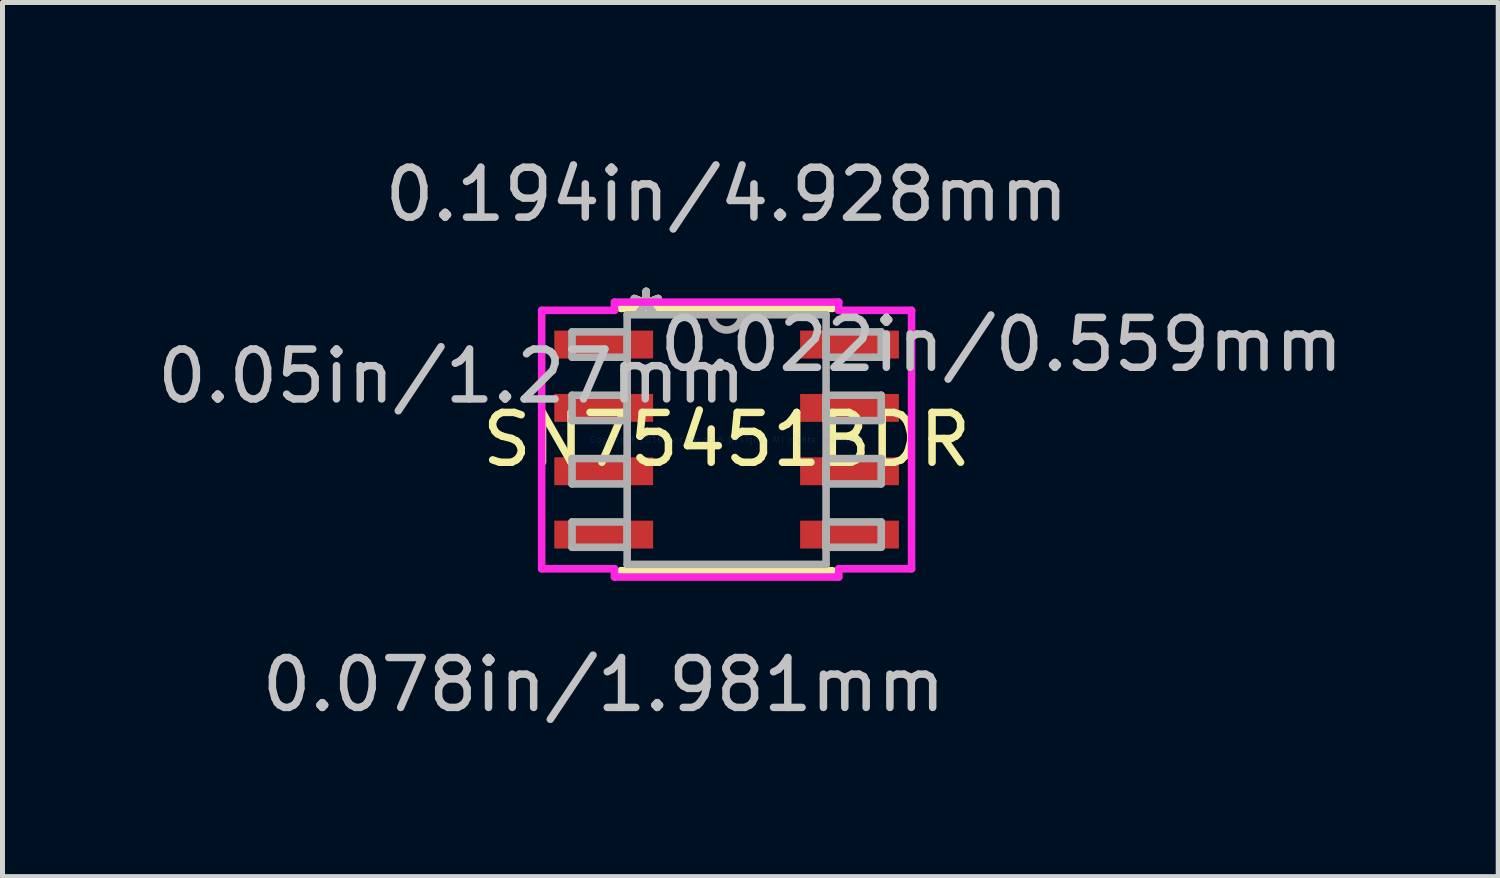
<source format=kicad_pcb>
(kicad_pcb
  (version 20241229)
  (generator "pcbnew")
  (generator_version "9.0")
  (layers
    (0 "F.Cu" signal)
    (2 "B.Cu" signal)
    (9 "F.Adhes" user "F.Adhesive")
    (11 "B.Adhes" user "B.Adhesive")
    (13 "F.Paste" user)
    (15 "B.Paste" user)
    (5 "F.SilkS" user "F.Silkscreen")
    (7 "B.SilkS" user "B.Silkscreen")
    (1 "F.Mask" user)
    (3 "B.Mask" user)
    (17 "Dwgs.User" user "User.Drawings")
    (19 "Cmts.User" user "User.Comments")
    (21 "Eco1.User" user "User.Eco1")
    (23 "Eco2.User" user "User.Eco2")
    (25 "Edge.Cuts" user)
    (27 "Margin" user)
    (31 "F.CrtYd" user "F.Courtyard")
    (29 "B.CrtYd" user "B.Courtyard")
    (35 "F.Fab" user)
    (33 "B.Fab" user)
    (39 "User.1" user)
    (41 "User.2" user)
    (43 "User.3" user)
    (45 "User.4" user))
  (footprint "SN75451BDR"
    (layer "F.Cu")
    (at 11.518 5.763)
    (property "Reference" "SN75451BDR" (at 0 0 0) (layer "F.SilkS") (effects (font (size 1 1) (thickness 0.15))))
    (attr through_hole)
    (fp_line (start -2.121 2.629) (end 2.121 2.629) (stroke (width 0.152) (type solid)) (layer "F.SilkS"))
    (fp_line (start 2.121 -2.629) (end -2.121 -2.629) (stroke (width 0.152) (type solid)) (layer "F.SilkS"))
    (fp_line (start -3.708 -2.591) (end -2.248 -2.591) (stroke (width 0.152) (type solid)) (layer "F.CrtYd"))
    (fp_line (start -3.708 2.591) (end -3.708 -2.591) (stroke (width 0.152) (type solid)) (layer "F.CrtYd"))
    (fp_line (start -2.248 -2.756) (end 2.248 -2.756) (stroke (width 0.152) (type solid)) (layer "F.CrtYd"))
    (fp_line (start -2.248 -2.591) (end -2.248 -2.756) (stroke (width 0.152) (type solid)) (layer "F.CrtYd"))
    (fp_line (start -2.248 2.591) (end -3.708 2.591) (stroke (width 0.152) (type solid)) (layer "F.CrtYd"))
    (fp_line (start -2.248 2.756) (end -2.248 2.591) (stroke (width 0.152) (type solid)) (layer "F.CrtYd"))
    (fp_line (start 2.248 -2.756) (end 2.248 -2.591) (stroke (width 0.152) (type solid)) (layer "F.CrtYd"))
    (fp_line (start 2.248 -2.591) (end 3.708 -2.591) (stroke (width 0.152) (type solid)) (layer "F.CrtYd"))
    (fp_line (start 2.248 2.591) (end 2.248 2.756) (stroke (width 0.152) (type solid)) (layer "F.CrtYd"))
    (fp_line (start 2.248 2.756) (end -2.248 2.756) (stroke (width 0.152) (type solid)) (layer "F.CrtYd"))
    (fp_line (start 3.708 -2.591) (end 3.708 2.591) (stroke (width 0.152) (type solid)) (layer "F.CrtYd"))
    (fp_line (start 3.708 2.591) (end 2.248 2.591) (stroke (width 0.152) (type solid)) (layer "F.CrtYd"))
    (fp_line (start -3.099 -2.159) (end -3.099 -1.651) (stroke (width 0.152) (type solid)) (layer "F.Fab"))
    (fp_line (start -3.099 -1.651) (end -1.994 -1.651) (stroke (width 0.152) (type solid)) (layer "F.Fab"))
    (fp_line (start -3.099 -0.889) (end -3.099 -0.381) (stroke (width 0.152) (type solid)) (layer "F.Fab"))
    (fp_line (start -3.099 -0.381) (end -1.994 -0.381) (stroke (width 0.152) (type solid)) (layer "F.Fab"))
    (fp_line (start -3.099 0.381) (end -3.099 0.889) (stroke (width 0.152) (type solid)) (layer "F.Fab"))
    (fp_line (start -3.099 0.889) (end -1.994 0.889) (stroke (width 0.152) (type solid)) (layer "F.Fab"))
    (fp_line (start -3.099 1.651) (end -3.099 2.159) (stroke (width 0.152) (type solid)) (layer "F.Fab"))
    (fp_line (start -3.099 2.159) (end -1.994 2.159) (stroke (width 0.152) (type solid)) (layer "F.Fab"))
    (fp_line (start -1.994 -2.502) (end -1.994 2.502) (stroke (width 0.152) (type solid)) (layer "F.Fab"))
    (fp_line (start -1.994 -2.159) (end -3.099 -2.159) (stroke (width 0.152) (type solid)) (layer "F.Fab"))
    (fp_line (start -1.994 -1.651) (end -1.994 -2.159) (stroke (width 0.152) (type solid)) (layer "F.Fab"))
    (fp_line (start -1.994 -0.889) (end -3.099 -0.889) (stroke (width 0.152) (type solid)) (layer "F.Fab"))
    (fp_line (start -1.994 -0.381) (end -1.994 -0.889) (stroke (width 0.152) (type solid)) (layer "F.Fab"))
    (fp_line (start -1.994 0.381) (end -3.099 0.381) (stroke (width 0.152) (type solid)) (layer "F.Fab"))
    (fp_line (start -1.994 0.889) (end -1.994 0.381) (stroke (width 0.152) (type solid)) (layer "F.Fab"))
    (fp_line (start -1.994 1.651) (end -3.099 1.651) (stroke (width 0.152) (type solid)) (layer "F.Fab"))
    (fp_line (start -1.994 2.159) (end -1.994 1.651) (stroke (width 0.152) (type solid)) (layer "F.Fab"))
    (fp_line (start -1.994 2.502) (end 1.994 2.502) (stroke (width 0.152) (type solid)) (layer "F.Fab"))
    (fp_line (start 1.994 -2.502) (end -1.994 -2.502) (stroke (width 0.152) (type solid)) (layer "F.Fab"))
    (fp_line (start 1.994 -2.159) (end 1.994 -1.651) (stroke (width 0.152) (type solid)) (layer "F.Fab"))
    (fp_line (start 1.994 -1.651) (end 3.099 -1.651) (stroke (width 0.152) (type solid)) (layer "F.Fab"))
    (fp_line (start 1.994 -0.889) (end 1.994 -0.381) (stroke (width 0.152) (type solid)) (layer "F.Fab"))
    (fp_line (start 1.994 -0.381) (end 3.099 -0.381) (stroke (width 0.152) (type solid)) (layer "F.Fab"))
    (fp_line (start 1.994 0.381) (end 1.994 0.889) (stroke (width 0.152) (type solid)) (layer "F.Fab"))
    (fp_line (start 1.994 0.889) (end 3.099 0.889) (stroke (width 0.152) (type solid)) (layer "F.Fab"))
    (fp_line (start 1.994 1.651) (end 1.994 2.159) (stroke (width 0.152) (type solid)) (layer "F.Fab"))
    (fp_line (start 1.994 2.159) (end 3.099 2.159) (stroke (width 0.152) (type solid)) (layer "F.Fab"))
    (fp_line (start 1.994 2.502) (end 1.994 -2.502) (stroke (width 0.152) (type solid)) (layer "F.Fab"))
    (fp_line (start 3.099 -2.159) (end 1.994 -2.159) (stroke (width 0.152) (type solid)) (layer "F.Fab"))
    (fp_line (start 3.099 -1.651) (end 3.099 -2.159) (stroke (width 0.152) (type solid)) (layer "F.Fab"))
    (fp_line (start 3.099 -0.889) (end 1.994 -0.889) (stroke (width 0.152) (type solid)) (layer "F.Fab"))
    (fp_line (start 3.099 -0.381) (end 3.099 -0.889) (stroke (width 0.152) (type solid)) (layer "F.Fab"))
    (fp_line (start 3.099 0.381) (end 1.994 0.381) (stroke (width 0.152) (type solid)) (layer "F.Fab"))
    (fp_line (start 3.099 0.889) (end 3.099 0.381) (stroke (width 0.152) (type solid)) (layer "F.Fab"))
    (fp_line (start 3.099 1.651) (end 1.994 1.651) (stroke (width 0.152) (type solid)) (layer "F.Fab"))
    (fp_line (start 3.099 2.159) (end 3.099 1.651) (stroke (width 0.152) (type solid)) (layer "F.Fab"))
    (fp_arc (start 0.3048 -2.5019) (mid 0 -2.1971) (end -0.3048 -2.5019) (stroke (width 0.1524) (type solid)) (layer "F.Fab"))
    (fp_text user "*" (at -1.613 -2.426 0) (layer "F.SilkS") (effects (font (size 1 1) (thickness 0.15))))
    (fp_text user "*" (at -1.613 -2.426 0) (layer "F.SilkS") (effects (font (size 1 1) (thickness 0.15))))
    (fp_text user "0.05in/1.27mm" (at -5.512 -1.27 0) (layer "Dwgs.User") (effects (font (size 1 1) (thickness 0.15))))
    (fp_text user "0.022in/0.559mm" (at 5.512 -1.905 0) (layer "Dwgs.User") (effects (font (size 1 1) (thickness 0.15))))
    (fp_text user "0.194in/4.928mm" (at 0 -4.915 0) (layer "Dwgs.User") (effects (font (size 1 1) (thickness 0.15))))
    (fp_text user "0.078in/1.981mm" (at -2.464 4.915 0) (layer "Dwgs.User") (effects (font (size 1 1) (thickness 0.15))))
    (fp_text user "Copyright 2016 Accelerated Designs. All rights reserved." (at 0 0 0) (layer "Cmts.User") (effects (font (size 0.127 0.127) (thickness 0.002))))
    (fp_text user "*" (at -1.613 -2.426 0) (layer "F.Fab") (effects (font (size 1 1) (thickness 0.15))))
    (fp_text user "*" (at -1.613 -2.426 0) (layer "F.Fab") (effects (font (size 1 1) (thickness 0.15))))
    (pad "1" smd rect (at -2.464 -1.905) (size 1.981 0.559) (layers "F.Cu" "F.Mask" "F.Paste"))
    (pad "2" smd rect (at -2.464 -0.635) (size 1.981 0.559) (layers "F.Cu" "F.Mask" "F.Paste"))
    (pad "3" smd rect (at -2.464 0.635) (size 1.981 0.559) (layers "F.Cu" "F.Mask" "F.Paste"))
    (pad "4" smd rect (at -2.464 1.905) (size 1.981 0.559) (layers "F.Cu" "F.Mask" "F.Paste"))
    (pad "5" smd rect (at 2.464 1.905) (size 1.981 0.559) (layers "F.Cu" "F.Mask" "F.Paste"))
    (pad "6" smd rect (at 2.464 0.635) (size 1.981 0.559) (layers "F.Cu" "F.Mask" "F.Paste"))
    (pad "7" smd rect (at 2.464 -0.635) (size 1.981 0.559) (layers "F.Cu" "F.Mask" "F.Paste"))
    (pad "8" smd rect (at 2.464 -1.905) (size 1.981 0.559) (layers "F.Cu" "F.Mask" "F.Paste")))
  (gr_rect
    (start -3 -3)
    (end 26.988 14.526)
    (stroke (width 0.1) (type default))
    (fill no)
    (layer "Edge.Cuts")))
</source>
